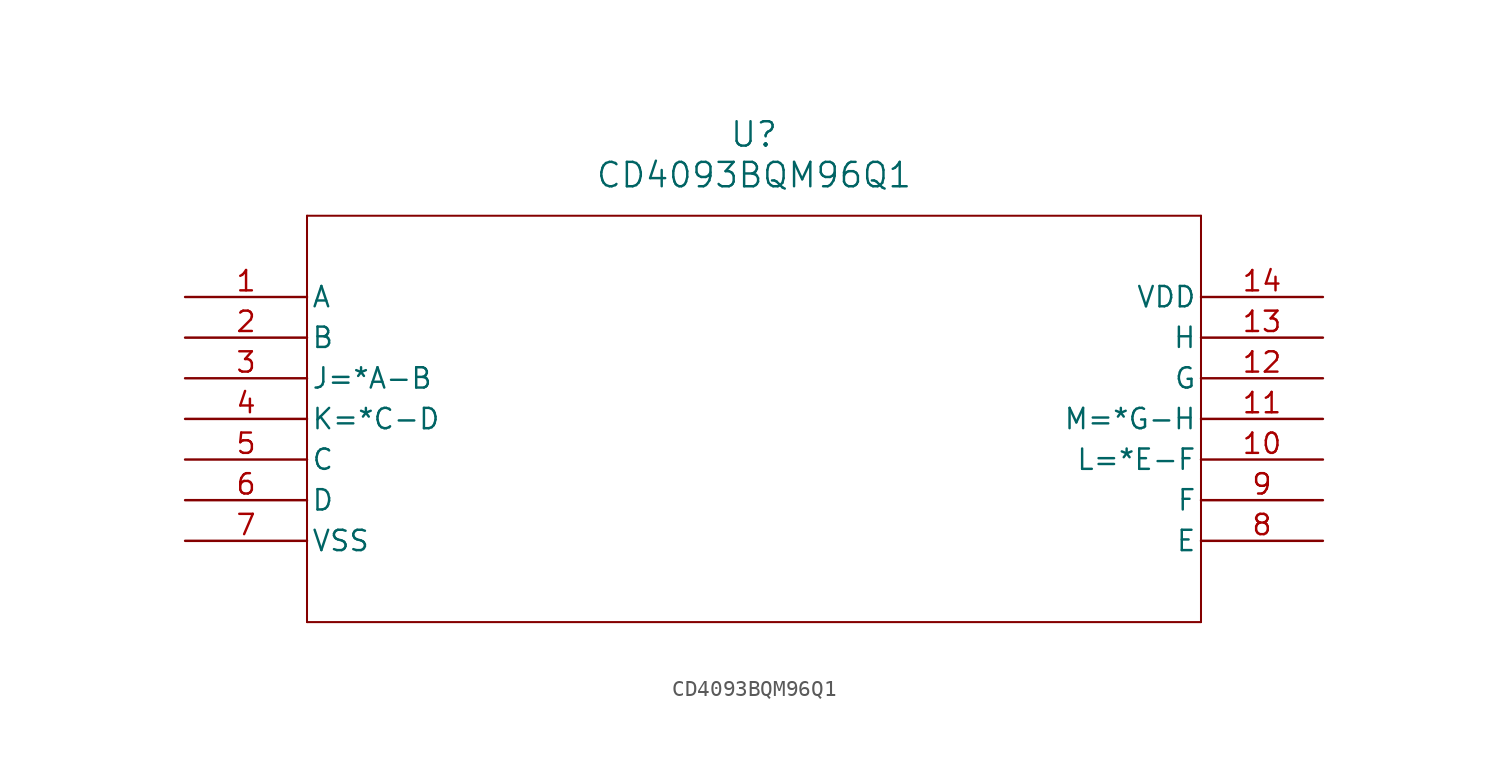
<source format=kicad_sym>
(kicad_symbol_lib
  (version 20211014)
  (generator kicad_symbol_editor)
  (symbol "CD4093BQM96Q1"
    (pin_names
      (offset 0.254))
    (property "Reference" "U"
      (at 35.56 10.16 0)
      (effects (font (size 1.524 1.524))))
    (property "Value" "CD4093BQM96Q1"
      (at 35.56 7.62 0)
      (effects (font (size 1.524 1.524))))
    (symbol "CD4093BQM96Q1_0_1"
      (polyline (pts (xy 7.62 5.08) (xy 7.62 -20.32)) (stroke (width 0.127) (type default) (color 0 0 0 0)) (fill (type none)))
      (polyline (pts (xy 7.62 -20.32) (xy 63.5 -20.32)) (stroke (width 0.127) (type default) (color 0 0 0 0)) (fill (type none)))
      (polyline (pts (xy 63.5 -20.32) (xy 63.5 5.08)) (stroke (width 0.127) (type default) (color 0 0 0 0)) (fill (type none)))
      (polyline (pts (xy 63.5 5.08) (xy 7.62 5.08)) (stroke (width 0.127) (type default) (color 0 0 0 0)) (fill (type none)))
      (pin unspecified line (at 0 0 0) (length 7.62) (name "A" (effects (font (size 1.27 1.27)))) (number "1" (effects (font (size 1.27 1.27)))))
      (pin unspecified line (at 0 -2.54 0) (length 7.62) (name "B" (effects (font (size 1.27 1.27)))) (number "2" (effects (font (size 1.27 1.27)))))
      (pin unspecified line (at 0 -5.08 0) (length 7.62) (name "J=*A-B" (effects (font (size 1.27 1.27)))) (number "3" (effects (font (size 1.27 1.27)))))
      (pin unspecified line (at 0 -7.62 0) (length 7.62) (name "K=*C-D" (effects (font (size 1.27 1.27)))) (number "4" (effects (font (size 1.27 1.27)))))
      (pin unspecified line (at 0 -10.16 0) (length 7.62) (name "C" (effects (font (size 1.27 1.27)))) (number "5" (effects (font (size 1.27 1.27)))))
      (pin unspecified line (at 0 -12.7 0) (length 7.62) (name "D" (effects (font (size 1.27 1.27)))) (number "6" (effects (font (size 1.27 1.27)))))
      (pin power_in line (at 0 -15.24 0) (length 7.62) (name "VSS" (effects (font (size 1.27 1.27)))) (number "7" (effects (font (size 1.27 1.27)))))
      (pin unspecified line (at 71.12 -15.24 180) (length 7.62) (name "E" (effects (font (size 1.27 1.27)))) (number "8" (effects (font (size 1.27 1.27)))))
      (pin unspecified line (at 71.12 -12.7 180) (length 7.62) (name "F" (effects (font (size 1.27 1.27)))) (number "9" (effects (font (size 1.27 1.27)))))
      (pin unspecified line (at 71.12 -10.16 180) (length 7.62) (name "L=*E-F" (effects (font (size 1.27 1.27)))) (number "10" (effects (font (size 1.27 1.27)))))
      (pin unspecified line (at 71.12 -7.62 180) (length 7.62) (name "M=*G-H" (effects (font (size 1.27 1.27)))) (number "11" (effects (font (size 1.27 1.27)))))
      (pin unspecified line (at 71.12 -5.08 180) (length 7.62) (name "G" (effects (font (size 1.27 1.27)))) (number "12" (effects (font (size 1.27 1.27)))))
      (pin unspecified line (at 71.12 -2.54 180) (length 7.62) (name "H" (effects (font (size 1.27 1.27)))) (number "13" (effects (font (size 1.27 1.27)))))
      (pin power_in line (at 71.12 0 180) (length 7.62) (name "VDD" (effects (font (size 1.27 1.27)))) (number "14" (effects (font (size 1.27 1.27))))))))
</source>
